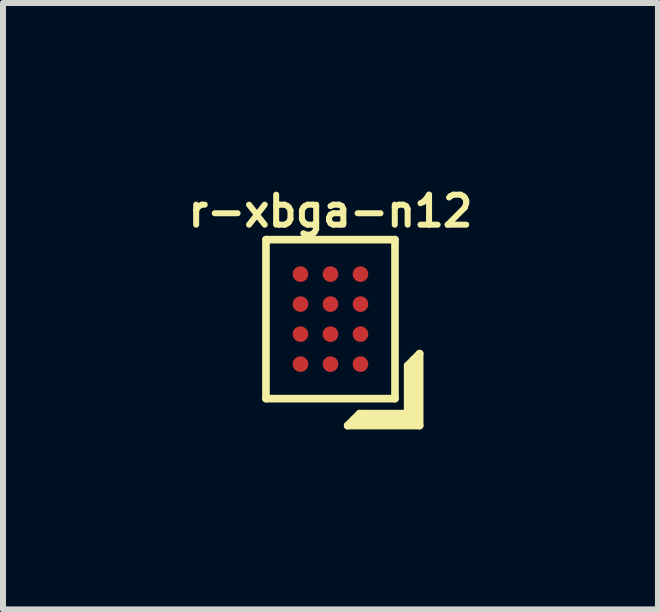
<source format=kicad_pcb>
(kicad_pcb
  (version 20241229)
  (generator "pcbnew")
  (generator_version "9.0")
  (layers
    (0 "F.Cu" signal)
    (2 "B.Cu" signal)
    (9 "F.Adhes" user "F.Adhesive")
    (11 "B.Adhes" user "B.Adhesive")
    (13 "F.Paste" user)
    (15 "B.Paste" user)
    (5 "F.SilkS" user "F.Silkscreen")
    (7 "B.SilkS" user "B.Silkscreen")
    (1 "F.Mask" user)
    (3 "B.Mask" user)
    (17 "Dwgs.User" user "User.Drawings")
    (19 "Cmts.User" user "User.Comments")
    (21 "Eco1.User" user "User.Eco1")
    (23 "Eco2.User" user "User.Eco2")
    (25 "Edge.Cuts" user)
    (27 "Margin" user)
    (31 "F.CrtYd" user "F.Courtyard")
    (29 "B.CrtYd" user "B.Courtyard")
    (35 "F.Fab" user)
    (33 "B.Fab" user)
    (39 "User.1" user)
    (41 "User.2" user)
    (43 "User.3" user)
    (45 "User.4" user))
  (footprint "r-xbga-n12"
    (layer "F.Cu")
    (at 2.457 2.268)
    (property "Reference" "r-xbga-n12" (at 0 -1.8 0) (layer "F.SilkS") (effects (font (size 0.5 0.5) (thickness 0.1))))
    (attr smd)
    (fp_line (start -1.075 -1.325) (end -1.075 1.325) (stroke (width 0.127) (type solid)) (layer "F.SilkS"))
    (fp_line (start -1.075 -1.325) (end 1.075 -1.325) (stroke (width 0.127) (type solid)) (layer "F.SilkS"))
    (fp_line (start -1.075 1.325) (end 1.075 1.325) (stroke (width 0.127) (type solid)) (layer "F.SilkS"))
    (fp_line (start 0.286 1.774) (end 0.486 1.574) (stroke (width 0.127) (type solid)) (layer "F.SilkS"))
    (fp_line (start 0.386 1.674) (end 1.386 1.674) (stroke (width 0.127) (type solid)) (layer "F.SilkS"))
    (fp_line (start 0.486 1.574) (end 1.286 1.574) (stroke (width 0.127) (type solid)) (layer "F.SilkS"))
    (fp_line (start 1.075 -1.325) (end 1.075 1.325) (stroke (width 0.127) (type solid)) (layer "F.SilkS"))
    (fp_line (start 1.286 0.774) (end 1.486 0.574) (stroke (width 0.127) (type solid)) (layer "F.SilkS"))
    (fp_line (start 1.286 1.574) (end 1.286 0.774) (stroke (width 0.127) (type solid)) (layer "F.SilkS"))
    (fp_line (start 1.386 1.674) (end 1.386 0.674) (stroke (width 0.127) (type solid)) (layer "F.SilkS"))
    (fp_line (start 1.486 0.574) (end 1.486 1.774) (stroke (width 0.127) (type solid)) (layer "F.SilkS"))
    (fp_line (start 1.486 1.774) (end 0.286 1.774) (stroke (width 0.127) (type solid)) (layer "F.SilkS"))
    (pad "A1" smd circle (at 0.5 0.75) (size 0.26 0.26) (layers "F.Cu" "F.Mask" "F.Paste"))
    (pad "A2" smd circle (at 0 0.75) (size 0.26 0.26) (layers "F.Cu" "F.Mask" "F.Paste"))
    (pad "A3" smd circle (at -0.5 0.75) (size 0.26 0.26) (layers "F.Cu" "F.Mask" "F.Paste"))
    (pad "B1" smd circle (at 0.5 0.25) (size 0.26 0.26) (layers "F.Cu" "F.Mask" "F.Paste"))
    (pad "B2" smd circle (at 0 0.25) (size 0.26 0.26) (layers "F.Cu" "F.Mask" "F.Paste"))
    (pad "B3" smd circle (at -0.5 0.25) (size 0.26 0.26) (layers "F.Cu" "F.Mask" "F.Paste"))
    (pad "C1" smd circle (at 0.5 -0.25) (size 0.26 0.26) (layers "F.Cu" "F.Mask" "F.Paste"))
    (pad "C2" smd circle (at 0 -0.25) (size 0.26 0.26) (layers "F.Cu" "F.Mask" "F.Paste"))
    (pad "C3" smd circle (at -0.5 -0.25) (size 0.26 0.26) (layers "F.Cu" "F.Mask" "F.Paste"))
    (pad "D1" smd circle (at 0.5 -0.75) (size 0.26 0.26) (layers "F.Cu" "F.Mask" "F.Paste"))
    (pad "D2" smd circle (at 0 -0.75) (size 0.26 0.26) (layers "F.Cu" "F.Mask" "F.Paste"))
    (pad "D3" smd circle (at -0.5 -0.75) (size 0.26 0.26) (layers "F.Cu" "F.Mask" "F.Paste")))
  (gr_rect
    (start -3 -3)
    (end 7.914 7.105)
    (stroke (width 0.1) (type default))
    (fill no)
    (layer "Edge.Cuts")))
</source>
